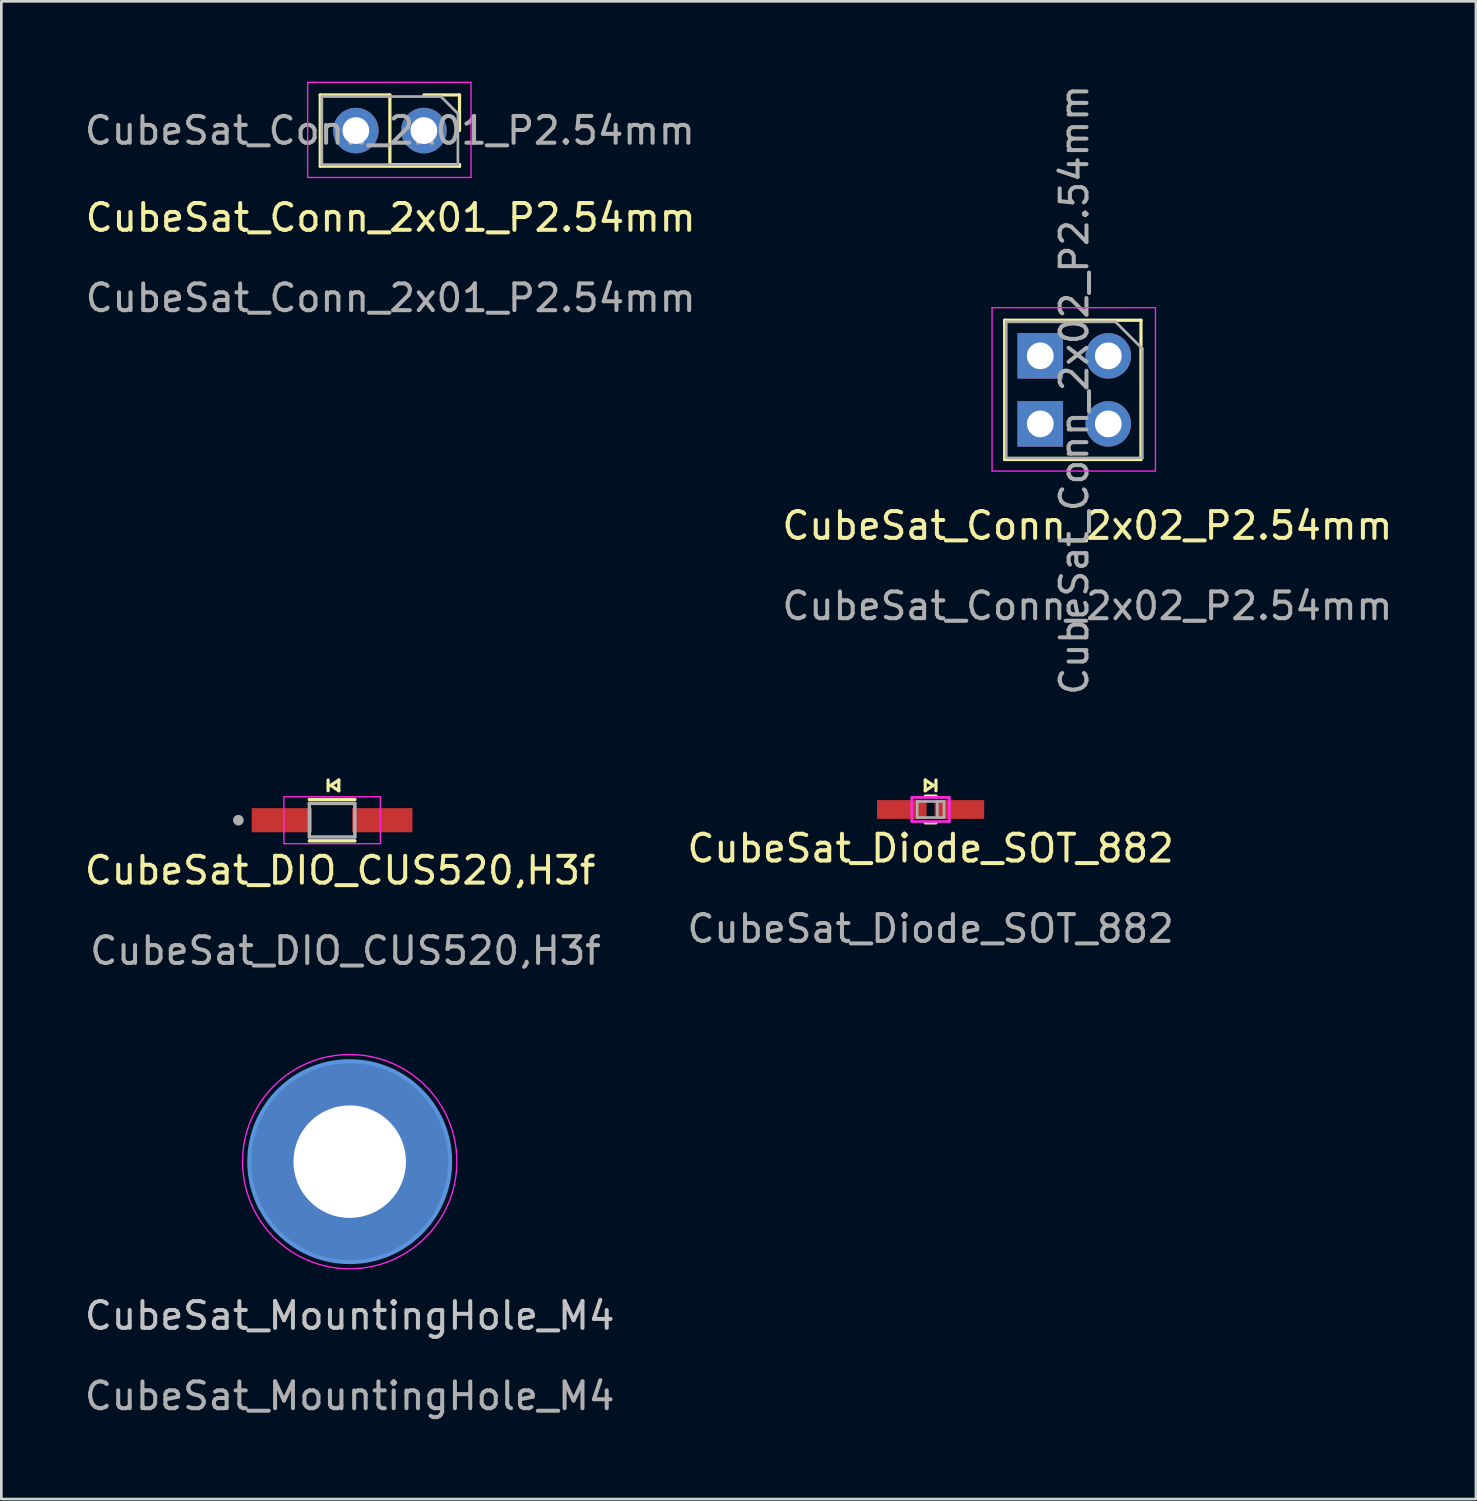
<source format=kicad_pcb>
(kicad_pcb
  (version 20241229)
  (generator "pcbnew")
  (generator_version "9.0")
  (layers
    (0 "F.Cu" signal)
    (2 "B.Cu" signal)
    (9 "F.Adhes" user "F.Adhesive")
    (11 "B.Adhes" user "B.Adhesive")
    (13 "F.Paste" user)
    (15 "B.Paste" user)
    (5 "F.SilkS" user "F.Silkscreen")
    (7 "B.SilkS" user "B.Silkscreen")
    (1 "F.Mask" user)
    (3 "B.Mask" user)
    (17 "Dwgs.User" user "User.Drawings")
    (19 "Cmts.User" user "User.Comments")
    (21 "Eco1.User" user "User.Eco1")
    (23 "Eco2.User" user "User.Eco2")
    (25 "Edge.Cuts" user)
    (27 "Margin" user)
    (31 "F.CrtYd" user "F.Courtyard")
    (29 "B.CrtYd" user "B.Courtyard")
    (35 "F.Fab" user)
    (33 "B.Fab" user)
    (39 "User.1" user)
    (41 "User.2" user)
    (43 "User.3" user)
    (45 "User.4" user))
  (footprint "CubeSat_Conn_2x02_P2.54mm"
    (layer "F.Cu")
    (at 37.548 11.996)
    (property "Reference" "CubeSat_Conn_2x02_P2.54mm" (at 0 4.58 0) (unlocked yes) (layer "F.SilkS") (effects (font (size 1 1) (thickness 0.15))))
    (attr smd)
    (fp_line (start -3.09 -3.09) (end -3.09 2.11) (stroke (width 0.12) (type solid)) (layer "F.SilkS"))
    (fp_line (start -3.09 -3.09) (end 2 -3.09) (stroke (width 0.12) (type solid)) (layer "F.SilkS"))
    (fp_line (start -3.09 2.11) (end 2 2.11) (stroke (width 0.12) (type solid)) (layer "F.SilkS"))
    (fp_line (start 2 -3.09) (end 2 2.11) (stroke (width 0.12) (type solid)) (layer "F.SilkS"))
    (fp_line (start -3.56 -3.56) (end 2.54 -3.56) (stroke (width 0.05) (type solid)) (layer "F.CrtYd"))
    (fp_line (start -3.56 2.54) (end -3.56 -3.56) (stroke (width 0.05) (type solid)) (layer "F.CrtYd"))
    (fp_line (start 2.54 -3.56) (end 2.54 2.54) (stroke (width 0.05) (type solid)) (layer "F.CrtYd"))
    (fp_line (start 2.54 2.54) (end -3.56 2.54) (stroke (width 0.05) (type solid)) (layer "F.CrtYd"))
    (fp_line (start -3.03 -3.03) (end 1.05 -3.03) (stroke (width 0.1) (type solid)) (layer "F.Fab"))
    (fp_line (start -3.03 2.05) (end -3.03 -3.03) (stroke (width 0.1) (type solid)) (layer "F.Fab"))
    (fp_line (start 1.05 -3.03) (end 2.05 -2.03) (stroke (width 0.1) (type solid)) (layer "F.Fab"))
    (fp_line (start 2.05 -2.03) (end 2.05 2.05) (stroke (width 0.1) (type solid)) (layer "F.Fab"))
    (fp_line (start 2.05 2.05) (end -3.03 2.05) (stroke (width 0.1) (type solid)) (layer "F.Fab"))
    (fp_text user "${REFERENCE}" (at 0 7.58 0) (unlocked yes) (layer "F.Fab") (effects (font (size 1 1) (thickness 0.15))))
    (fp_text user "${REFERENCE}" (at -0.49 -0.49 90) (layer "F.Fab") (effects (font (size 1 1) (thickness 0.15))))
    (pad "1" thru_hole circle (at 0.78 -1.76) (size 1.7 1.7) (drill 1) (layers "*.Cu" "*.Mask"))
    (pad "2" thru_hole rect (at -1.76 -1.76) (size 1.7 1.7) (drill 1) (layers "*.Cu" "*.Mask"))
    (pad "3" thru_hole oval (at 0.78 0.78) (size 1.7 1.7) (drill 1) (layers "*.Cu" "*.Mask"))
    (pad "4" thru_hole rect (at -1.76 0.78) (size 1.7 1.7) (drill 1) (layers "*.Cu" "*.Mask")))
  (footprint "CubeSat_DIO_CUS520,H3f"
    (layer "F.Cu")
    (at 9.349 27.572)
    (property "Reference" "CubeSat_DIO_CUS520,H3f" (at 0.3 1.875 0) (unlocked yes) (layer "F.SilkS") (effects (font (size 1 1) (thickness 0.15))))
    (attr smd)
    (fp_line (start -0.85 -0.77) (end 0.85 -0.77) (stroke (width 0.127) (type solid)) (layer "F.SilkS"))
    (fp_line (start -0.85 0.77) (end 0.85 0.77) (stroke (width 0.127) (type solid)) (layer "F.SilkS"))
    (fp_line (start -0.15 -1.1) (end -0.15 -1.5) (stroke (width 0.12) (type solid)) (layer "F.SilkS"))
    (fp_line (start -0.05 -1.3) (end 0.25 -1.1) (stroke (width 0.12) (type solid)) (layer "F.SilkS"))
    (fp_line (start 0.25 -1.5) (end -0.05 -1.3) (stroke (width 0.12) (type solid)) (layer "F.SilkS"))
    (fp_line (start 0.25 -1.1) (end 0.25 -1.5) (stroke (width 0.12) (type solid)) (layer "F.SilkS"))
    (fp_line (start -1.8 -0.875) (end -1.8 0.875) (stroke (width 0.05) (type solid)) (layer "F.CrtYd"))
    (fp_line (start -1.8 0.875) (end 1.8 0.875) (stroke (width 0.05) (type solid)) (layer "F.CrtYd"))
    (fp_line (start 1.8 -0.875) (end -1.8 -0.875) (stroke (width 0.05) (type solid)) (layer "F.CrtYd"))
    (fp_line (start 1.8 0.875) (end 1.8 -0.875) (stroke (width 0.05) (type solid)) (layer "F.CrtYd"))
    (fp_line (start -0.85 -0.625) (end 0.85 -0.625) (stroke (width 0.127) (type solid)) (layer "F.Fab"))
    (fp_line (start -0.85 0.625) (end -0.85 -0.625) (stroke (width 0.127) (type solid)) (layer "F.Fab"))
    (fp_line (start 0.85 -0.625) (end 0.85 0.625) (stroke (width 0.127) (type solid)) (layer "F.Fab"))
    (fp_line (start 0.85 0.625) (end -0.85 0.625) (stroke (width 0.127) (type solid)) (layer "F.Fab"))
    (fp_circle (center -3.5 0) (end -3.4 0) (stroke (width 0.2) (type solid)) (fill no) (layer "F.Fab"))
    (fp_text user "${REFERENCE}" (at 0.5 4.875 0) (unlocked yes) (layer "F.Fab") (effects (font (size 1 1) (thickness 0.15))))
    (pad "1" smd rect (at -1.875 0) (size 2.25 0.9) (layers "F.Cu" "F.Mask" "F.Paste"))
    (pad "2" smd rect (at 1.875 0) (size 2.25 0.9) (layers "F.Cu" "F.Mask" "F.Paste")))
  (footprint "CubeSat_Conn_2x01_P2.54mm"
    (layer "F.Cu")
    (at 11.536 1.825)
    (property "Reference" "CubeSat_Conn_2x01_P2.54mm" (at 0 3.25 0) (unlocked yes) (layer "F.SilkS") (effects (font (size 1 1) (thickness 0.15))))
    (attr smd)
    (fp_line (start -2.63 -1.33) (end -2.63 1.33) (stroke (width 0.12) (type solid)) (layer "F.SilkS"))
    (fp_line (start -2.63 -1.33) (end -0.03 -1.33) (stroke (width 0.12) (type solid)) (layer "F.SilkS"))
    (fp_line (start -2.63 1.33) (end 2.57 1.33) (stroke (width 0.12) (type solid)) (layer "F.SilkS"))
    (fp_line (start -0.03 -1.33) (end -0.03 1.27) (stroke (width 0.12) (type solid)) (layer "F.SilkS"))
    (fp_line (start -0.03 1.27) (end 2.57 1.27) (stroke (width 0.12) (type solid)) (layer "F.SilkS"))
    (fp_line (start 1.24 -1.33) (end 2.57 -1.33) (stroke (width 0.12) (type solid)) (layer "F.SilkS"))
    (fp_line (start 2.57 -1.33) (end 2.57 0) (stroke (width 0.12) (type solid)) (layer "F.SilkS"))
    (fp_line (start 2.57 1.27) (end 2.57 1.33) (stroke (width 0.12) (type solid)) (layer "F.SilkS"))
    (fp_line (start -3.1 -1.8) (end 3 -1.8) (stroke (width 0.05) (type solid)) (layer "F.CrtYd"))
    (fp_line (start -3.1 1.75) (end -3.1 -1.8) (stroke (width 0.05) (type solid)) (layer "F.CrtYd"))
    (fp_line (start 3 -1.8) (end 3 1.75) (stroke (width 0.05) (type solid)) (layer "F.CrtYd"))
    (fp_line (start 3 1.75) (end -3.1 1.75) (stroke (width 0.05) (type solid)) (layer "F.CrtYd"))
    (fp_line (start -2.57 -1.27) (end 1.875 -1.27) (stroke (width 0.1) (type solid)) (layer "F.Fab"))
    (fp_line (start -2.57 1.27) (end -2.57 -1.27) (stroke (width 0.1) (type solid)) (layer "F.Fab"))
    (fp_line (start 1.875 -1.27) (end 2.51 -0.635) (stroke (width 0.1) (type solid)) (layer "F.Fab"))
    (fp_line (start 2.51 -0.635) (end 2.51 1.27) (stroke (width 0.1) (type solid)) (layer "F.Fab"))
    (fp_line (start 2.51 1.27) (end -2.57 1.27) (stroke (width 0.1) (type solid)) (layer "F.Fab"))
    (fp_text user "${REFERENCE}" (at -0.03 0 0) (layer "F.Fab") (effects (font (size 1 1) (thickness 0.15))))
    (fp_text user "${REFERENCE}" (at 0 6.25 0) (unlocked yes) (layer "F.Fab") (effects (font (size 1 1) (thickness 0.15))))
    (pad "1" thru_hole circle (at 1.24 0) (size 1.7 1.7) (drill 1) (layers "*.Cu" "*.Mask"))
    (pad "2" thru_hole oval (at -1.3 0) (size 1.7 1.7) (drill 1) (layers "*.Cu" "*.Mask")))
  (footprint "CubeSat_Diode_SOT_882"
    (layer "F.Cu")
    (at 31.694 27.372)
    (property "Reference" "CubeSat_Diode_SOT_882" (at 0 1.25 0) (unlocked yes) (layer "F.SilkS") (effects (font (size 1 1) (thickness 0.15))))
    (attr smd)
    (fp_line (start -0.2 -1.3) (end -0.2 -0.9) (stroke (width 0.12) (type solid)) (layer "F.SilkS"))
    (fp_line (start -0.2 -0.9) (end 0.1 -1.1) (stroke (width 0.12) (type solid)) (layer "F.SilkS"))
    (fp_line (start -0.2 -0.7) (end 0.2 -0.7) (stroke (width 0.12) (type solid)) (layer "F.SilkS"))
    (fp_line (start -0.2 0.3) (end 0.2 0.3) (stroke (width 0.12) (type solid)) (layer "F.SilkS"))
    (fp_line (start 0.1 -1.1) (end -0.2 -1.3) (stroke (width 0.12) (type solid)) (layer "F.SilkS"))
    (fp_line (start 0.2 -1.3) (end 0.2 -0.9) (stroke (width 0.12) (type solid)) (layer "F.SilkS"))
    (fp_line (start -0.7 -0.65) (end 0.7 -0.65) (stroke (width 0.1) (type solid)) (layer "F.CrtYd"))
    (fp_line (start -0.7 0.25) (end -0.7 -0.65) (stroke (width 0.1) (type solid)) (layer "F.CrtYd"))
    (fp_line (start 0.7 -0.65) (end 0.7 0.25) (stroke (width 0.1) (type solid)) (layer "F.CrtYd"))
    (fp_line (start 0.7 0.25) (end -0.7 0.25) (stroke (width 0.1) (type solid)) (layer "F.CrtYd"))
    (fp_line (start -0.5 -0.5) (end 0.5 -0.5) (stroke (width 0.1) (type solid)) (layer "F.Fab"))
    (fp_line (start -0.5 0.1) (end -0.5 -0.5) (stroke (width 0.1) (type solid)) (layer "F.Fab"))
    (fp_line (start 0.25 -0.5) (end 0.25 0.1) (stroke (width 0.1) (type solid)) (layer "F.Fab"))
    (fp_line (start 0.5 -0.5) (end 0.5 0.1) (stroke (width 0.1) (type solid)) (layer "F.Fab"))
    (fp_line (start 0.5 0.1) (end -0.5 0.1) (stroke (width 0.1) (type solid)) (layer "F.Fab"))
    (fp_text user "${REFERENCE}" (at 0 4.25 0) (unlocked yes) (layer "F.Fab") (effects (font (size 1 1) (thickness 0.15))))
    (pad "1" smd rect (at 1.075 -0.2) (size 1.85 0.7) (layers "F.Cu" "F.Mask" "F.Paste"))
    (pad "2" smd rect (at -1.075 -0.2) (size 1.85 0.7) (layers "F.Cu" "F.Mask" "F.Paste")))
  (footprint "CubeSat_MountingHole_M4"
    (layer "F.Cu")
    (at 10.006 40.32)
    (property "Reference" "CubeSat_MountingHole_M4" (at 0 5.75 0) (unlocked yes) (layer "Dwgs.User") (effects (font (size 1 1) (thickness 0.15))))
    (attr smd)
    (fp_circle (center 0 0) (end 2.04 0) (stroke (width 0.12) (type solid)) (fill yes) (layer "F.Paste"))
    (fp_circle (center 0 0) (end 3.75 0) (stroke (width 0.15) (type solid)) (fill no) (layer "Cmts.User"))
    (fp_circle (center 0 0) (end 4 0) (stroke (width 0.05) (type solid)) (fill no) (layer "F.CrtYd"))
    (fp_text user "${REFERENCE}" (at 0 8.75 0) (unlocked yes) (layer "F.Fab") (effects (font (size 1 1) (thickness 0.15))))
    (pad "1" thru_hole circle (at 0 0) (size 7.5 7.5) (drill 4.2) (layers "*.Cu" "*.Mask")))
  (gr_rect
    (start -3 -3)
    (end 52.054 52.918)
    (stroke (width 0.1) (type default))
    (fill no)
    (layer "Edge.Cuts")))
</source>
